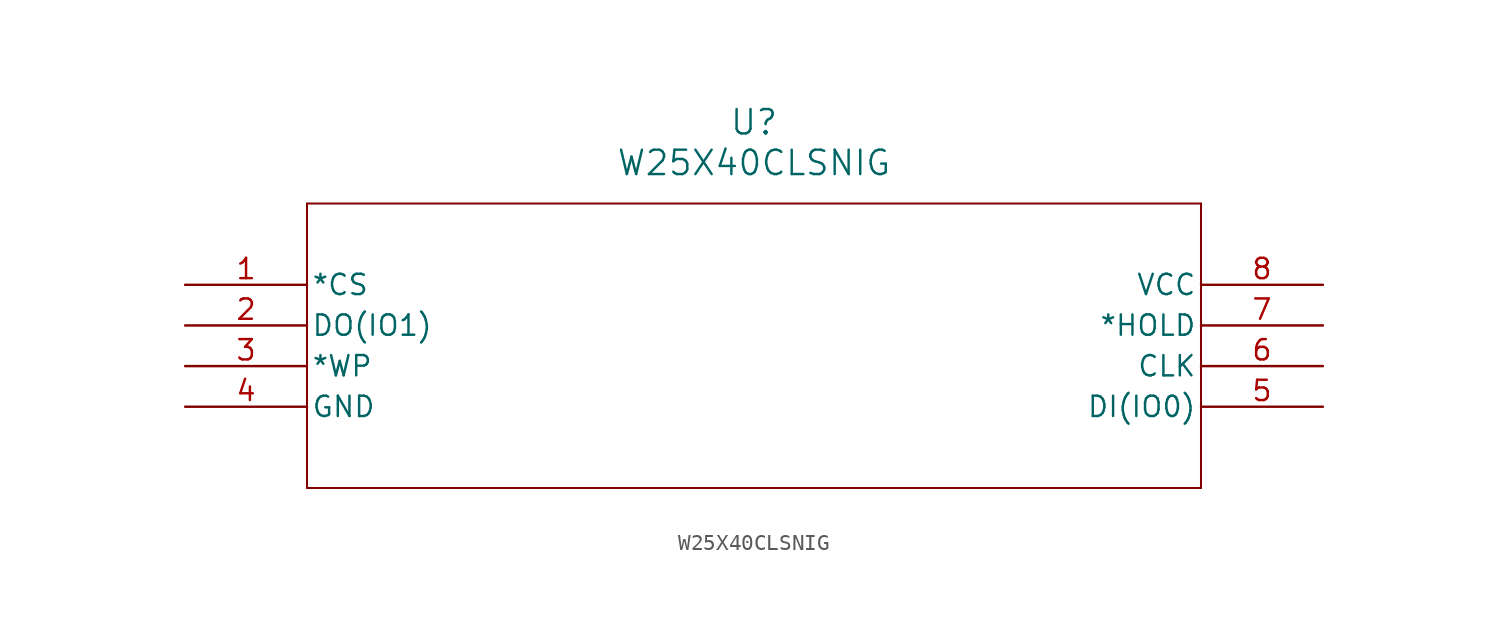
<source format=kicad_sym>
(kicad_symbol_lib
  (version 20211014)
  (generator kicad_symbol_editor)
  (symbol "W25X40CLSNIG"
    (pin_names
      (offset 0.254))
    (property "Reference" "U"
      (at 35.56 10.16 0)
      (effects (font (size 1.524 1.524))))
    (property "Value" "W25X40CLSNIG"
      (at 35.56 7.62 0)
      (effects (font (size 1.524 1.524))))
    (symbol "W25X40CLSNIG_0_1"
      (polyline (pts (xy 7.62 5.08) (xy 7.62 -12.7)) (stroke (width 0.127) (type default) (color 0 0 0 0)) (fill (type none)))
      (polyline (pts (xy 7.62 -12.7) (xy 63.5 -12.7)) (stroke (width 0.127) (type default) (color 0 0 0 0)) (fill (type none)))
      (polyline (pts (xy 63.5 -12.7) (xy 63.5 5.08)) (stroke (width 0.127) (type default) (color 0 0 0 0)) (fill (type none)))
      (polyline (pts (xy 63.5 5.08) (xy 7.62 5.08)) (stroke (width 0.127) (type default) (color 0 0 0 0)) (fill (type none)))
      (pin input line (at 0 0 0) (length 7.62) (name "*CS" (effects (font (size 1.27 1.27)))) (number "1" (effects (font (size 1.27 1.27)))))
      (pin output line (at 0 -2.54 0) (length 7.62) (name "DO(IO1)" (effects (font (size 1.27 1.27)))) (number "2" (effects (font (size 1.27 1.27)))))
      (pin input line (at 0 -5.08 0) (length 7.62) (name "*WP" (effects (font (size 1.27 1.27)))) (number "3" (effects (font (size 1.27 1.27)))))
      (pin power_in line (at 0 -7.62 0) (length 7.62) (name "GND" (effects (font (size 1.27 1.27)))) (number "4" (effects (font (size 1.27 1.27)))))
      (pin bidirectional line (at 71.12 -7.62 180) (length 7.62) (name "DI(IO0)" (effects (font (size 1.27 1.27)))) (number "5" (effects (font (size 1.27 1.27)))))
      (pin input line (at 71.12 -5.08 180) (length 7.62) (name "CLK" (effects (font (size 1.27 1.27)))) (number "6" (effects (font (size 1.27 1.27)))))
      (pin input line (at 71.12 -2.54 180) (length 7.62) (name "*HOLD" (effects (font (size 1.27 1.27)))) (number "7" (effects (font (size 1.27 1.27)))))
      (pin power_in line (at 71.12 0 180) (length 7.62) (name "VCC" (effects (font (size 1.27 1.27)))) (number "8" (effects (font (size 1.27 1.27))))))))
</source>
